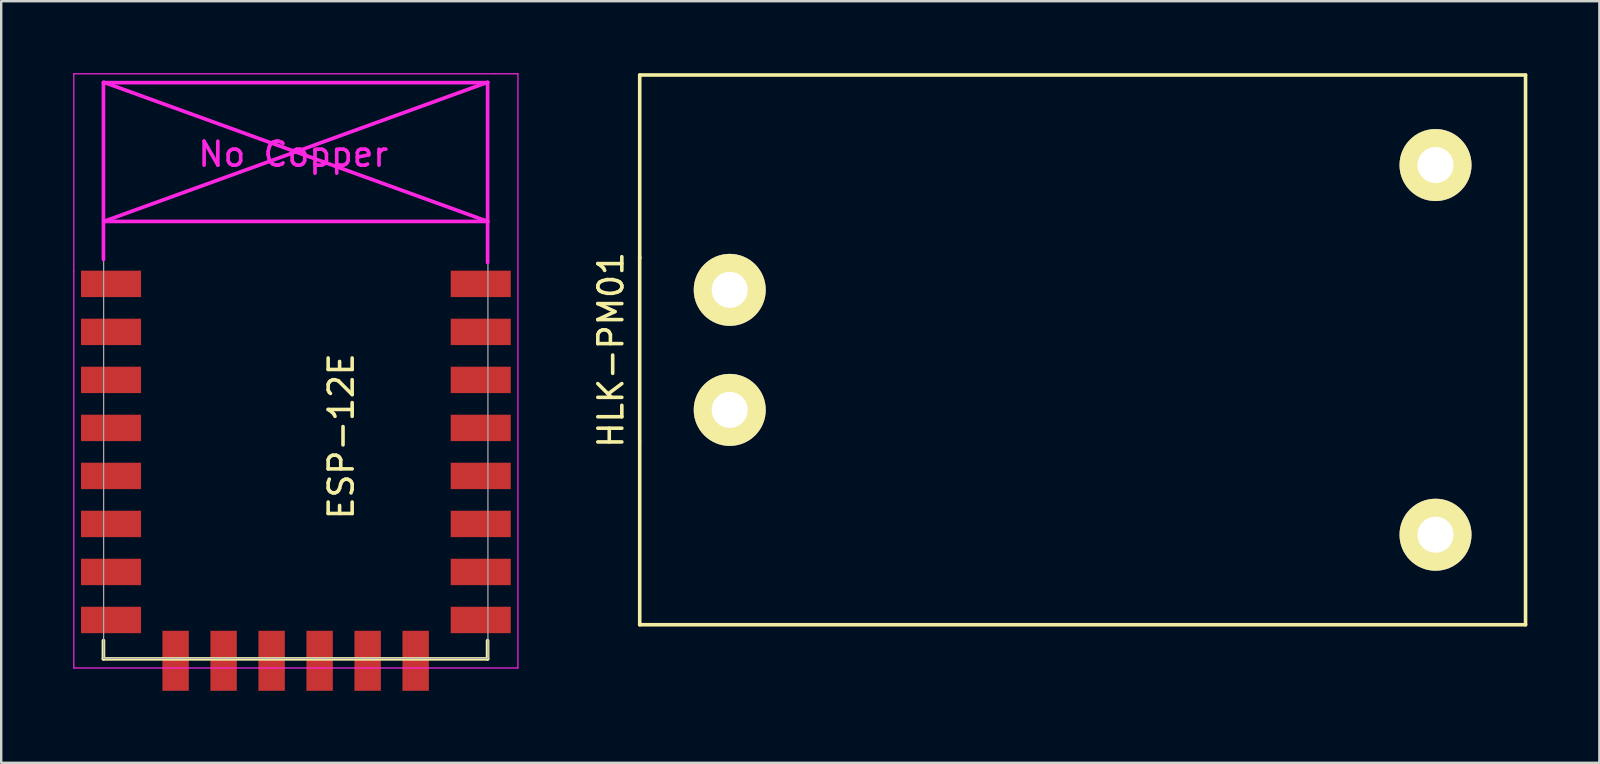
<source format=kicad_pcb>
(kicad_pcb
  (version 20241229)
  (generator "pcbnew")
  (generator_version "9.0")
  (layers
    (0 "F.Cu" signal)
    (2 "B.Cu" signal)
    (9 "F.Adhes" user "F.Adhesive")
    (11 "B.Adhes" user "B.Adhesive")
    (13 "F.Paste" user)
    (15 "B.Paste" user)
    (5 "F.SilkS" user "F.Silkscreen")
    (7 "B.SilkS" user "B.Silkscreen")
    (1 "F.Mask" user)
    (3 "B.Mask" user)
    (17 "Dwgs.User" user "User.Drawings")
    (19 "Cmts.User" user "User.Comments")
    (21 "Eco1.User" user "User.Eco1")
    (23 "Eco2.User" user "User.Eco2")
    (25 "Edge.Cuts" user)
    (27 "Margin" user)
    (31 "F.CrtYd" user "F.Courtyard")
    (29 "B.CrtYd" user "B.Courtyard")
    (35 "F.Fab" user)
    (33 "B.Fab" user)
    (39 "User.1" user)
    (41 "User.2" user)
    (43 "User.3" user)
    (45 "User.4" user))
  (footprint "HLK-PM01"
    (placed yes)
    (layer "F.Cu")
    (at 27.348 9.025)
    (property "Reference" "HLK-PM01" (at -4.95 2.5 90) (layer "F.SilkS") (effects (font (size 1 1) (thickness 0.15))))
    (attr through_hole)
    (fp_line (start -3.751 -1.363) (end -3.751 6.27) (stroke (width 0.15) (type solid)) (layer "F.SilkS"))
    (fp_line (start -3.75 -8.95) (end -3.75 -1.317) (stroke (width 0.15) (type solid)) (layer "F.SilkS"))
    (fp_line (start -3.75 6.317) (end -3.75 13.95) (stroke (width 0.15) (type solid)) (layer "F.SilkS"))
    (fp_line (start -3.75 13.95) (end 33.15 13.95) (stroke (width 0.15) (type solid)) (layer "F.SilkS"))
    (fp_line (start 33.15 -8.95) (end -3.75 -8.95) (stroke (width 0.15) (type solid)) (layer "F.SilkS"))
    (fp_line (start 33.15 13.95) (end 33.15 -8.95) (stroke (width 0.15) (type solid)) (layer "F.SilkS"))
    (pad "1" thru_hole circle (at 0 0) (size 3 3) (drill 1.5) (layers "*.Cu" "*.Mask" "F.SilkS"))
    (pad "2" thru_hole circle (at 0 5) (size 3 3) (drill 1.5) (layers "*.Cu" "*.Mask" "F.SilkS"))
    (pad "3" thru_hole circle (at 29.4 10.2) (size 3 3) (drill 1.5) (layers "*.Cu" "*.Mask" "F.SilkS"))
    (pad "4" thru_hole circle (at 29.4 -5.2) (size 3 3) (drill 1.5) (layers "*.Cu" "*.Mask" "F.SilkS")))
  (footprint "ESP-12E"
    (layer "F.Cu")
    (at 2.275 8.775)
    (property "Reference" "ESP-12E" (at 8.89 6.35 90) (layer "F.SilkS") (effects (font (size 1 1) (thickness 0.15))))
    (attr through_hole)
    (fp_line (start -1.016 14.859) (end -1.016 15.621) (stroke (width 0.152) (type solid)) (layer "F.SilkS"))
    (fp_line (start -1.016 15.621) (end 14.986 15.621) (stroke (width 0.152) (type solid)) (layer "F.SilkS"))
    (fp_line (start 14.986 15.621) (end 14.986 14.859) (stroke (width 0.152) (type solid)) (layer "F.SilkS"))
    (fp_line (start -2.25 -8.75) (end 15.25 -8.75) (stroke (width 0.05) (type solid)) (layer "F.CrtYd"))
    (fp_line (start -2.25 -0.5) (end -2.25 -8.75) (stroke (width 0.05) (type solid)) (layer "F.CrtYd"))
    (fp_line (start -2.25 16) (end -2.25 -0.5) (stroke (width 0.05) (type solid)) (layer "F.CrtYd"))
    (fp_line (start -1.016 -8.382) (end -1.016 -1.016) (stroke (width 0.152) (type solid)) (layer "F.CrtYd"))
    (fp_line (start -1.016 -8.382) (end 14.986 -8.382) (stroke (width 0.152) (type solid)) (layer "F.CrtYd"))
    (fp_line (start -1.008 -8.4) (end 14.992 -2.6) (stroke (width 0.152) (type solid)) (layer "F.CrtYd"))
    (fp_line (start -1.008 -2.6) (end 14.992 -2.6) (stroke (width 0.152) (type solid)) (layer "F.CrtYd"))
    (fp_line (start 14.986 -8.382) (end 14.986 -0.889) (stroke (width 0.152) (type solid)) (layer "F.CrtYd"))
    (fp_line (start 14.992 -8.4) (end -1.008 -2.6) (stroke (width 0.152) (type solid)) (layer "F.CrtYd"))
    (fp_line (start 15.25 -8.75) (end 16.25 -8.75) (stroke (width 0.05) (type solid)) (layer "F.CrtYd"))
    (fp_line (start 16.25 -8.75) (end 16.25 16) (stroke (width 0.05) (type solid)) (layer "F.CrtYd"))
    (fp_line (start 16.25 16) (end -2.25 16) (stroke (width 0.05) (type solid)) (layer "F.CrtYd"))
    (fp_line (start -1.008 -8.4) (end 14.992 -8.4) (stroke (width 0.05) (type solid)) (layer "F.Fab"))
    (fp_line (start -1.008 15.6) (end -1.008 -8.4) (stroke (width 0.05) (type solid)) (layer "F.Fab"))
    (fp_line (start 14.992 15.6) (end -1.008 15.6) (stroke (width 0.05) (type solid)) (layer "F.Fab"))
    (fp_line (start 15 -8.4) (end 15 15.6) (stroke (width 0.05) (type solid)) (layer "F.Fab"))
    (fp_text user "No Copper" (at 6.892 -5.4 0) (layer "F.CrtYd") (effects (font (size 1 1) (thickness 0.15))))
    (pad "1" smd rect (at 0 0) (size 2.5 1.1) (drill (offset -0.7 0)) (layers "F.Cu" "F.Mask" "F.Paste"))
    (pad "2" smd rect (at 0 2) (size 2.5 1.1) (drill (offset -0.7 0)) (layers "F.Cu" "F.Mask" "F.Paste"))
    (pad "3" smd rect (at 0 4) (size 2.5 1.1) (drill (offset -0.7 0)) (layers "F.Cu" "F.Mask" "F.Paste"))
    (pad "4" smd rect (at 0 6) (size 2.5 1.1) (drill (offset -0.7 0)) (layers "F.Cu" "F.Mask" "F.Paste"))
    (pad "5" smd rect (at 0 8) (size 2.5 1.1) (drill (offset -0.7 0)) (layers "F.Cu" "F.Mask" "F.Paste"))
    (pad "6" smd rect (at 0 10) (size 2.5 1.1) (drill (offset -0.7 0)) (layers "F.Cu" "F.Mask" "F.Paste"))
    (pad "7" smd rect (at 0 12) (size 2.5 1.1) (drill (offset -0.7 0)) (layers "F.Cu" "F.Mask" "F.Paste"))
    (pad "8" smd rect (at 0 14) (size 2.5 1.1) (drill (offset -0.7 0)) (layers "F.Cu" "F.Mask" "F.Paste"))
    (pad "9" smd rect (at 14 14) (size 2.5 1.1) (drill (offset 0.7 0)) (layers "F.Cu" "F.Mask" "F.Paste"))
    (pad "10" smd rect (at 14 12) (size 2.5 1.1) (drill (offset 0.7 0)) (layers "F.Cu" "F.Mask" "F.Paste"))
    (pad "11" smd rect (at 14 10) (size 2.5 1.1) (drill (offset 0.7 0)) (layers "F.Cu" "F.Mask" "F.Paste"))
    (pad "12" smd rect (at 14 8) (size 2.5 1.1) (drill (offset 0.7 0)) (layers "F.Cu" "F.Mask" "F.Paste"))
    (pad "13" smd rect (at 14 6) (size 2.5 1.1) (drill (offset 0.7 0)) (layers "F.Cu" "F.Mask" "F.Paste"))
    (pad "14" smd rect (at 14 4) (size 2.5 1.1) (drill (offset 0.7 0)) (layers "F.Cu" "F.Mask" "F.Paste"))
    (pad "15" smd rect (at 14 2) (size 2.5 1.1) (drill (offset 0.7 0)) (layers "F.Cu" "F.Mask" "F.Paste"))
    (pad "16" smd rect (at 14 0) (size 2.5 1.1) (drill (offset 0.7 0)) (layers "F.Cu" "F.Mask" "F.Paste"))
    (pad "17" smd rect (at 1.99 15 90) (size 2.5 1.1) (drill (offset -0.7 0)) (layers "F.Cu" "F.Mask" "F.Paste"))
    (pad "18" smd rect (at 3.99 15 90) (size 2.5 1.1) (drill (offset -0.7 0)) (layers "F.Cu" "F.Mask" "F.Paste"))
    (pad "19" smd rect (at 5.99 15 90) (size 2.5 1.1) (drill (offset -0.7 0)) (layers "F.Cu" "F.Mask" "F.Paste"))
    (pad "20" smd rect (at 7.99 15 90) (size 2.5 1.1) (drill (offset -0.7 0)) (layers "F.Cu" "F.Mask" "F.Paste"))
    (pad "21" smd rect (at 9.99 15 90) (size 2.5 1.1) (drill (offset -0.7 0)) (layers "F.Cu" "F.Mask" "F.Paste"))
    (pad "22" smd rect (at 11.99 15 90) (size 2.5 1.1) (drill (offset -0.7 0)) (layers "F.Cu" "F.Mask" "F.Paste")))
  (gr_rect
    (start -3 -3)
    (end 63.573 28.725)
    (stroke (width 0.1) (type default))
    (fill no)
    (layer "Edge.Cuts")))
</source>
